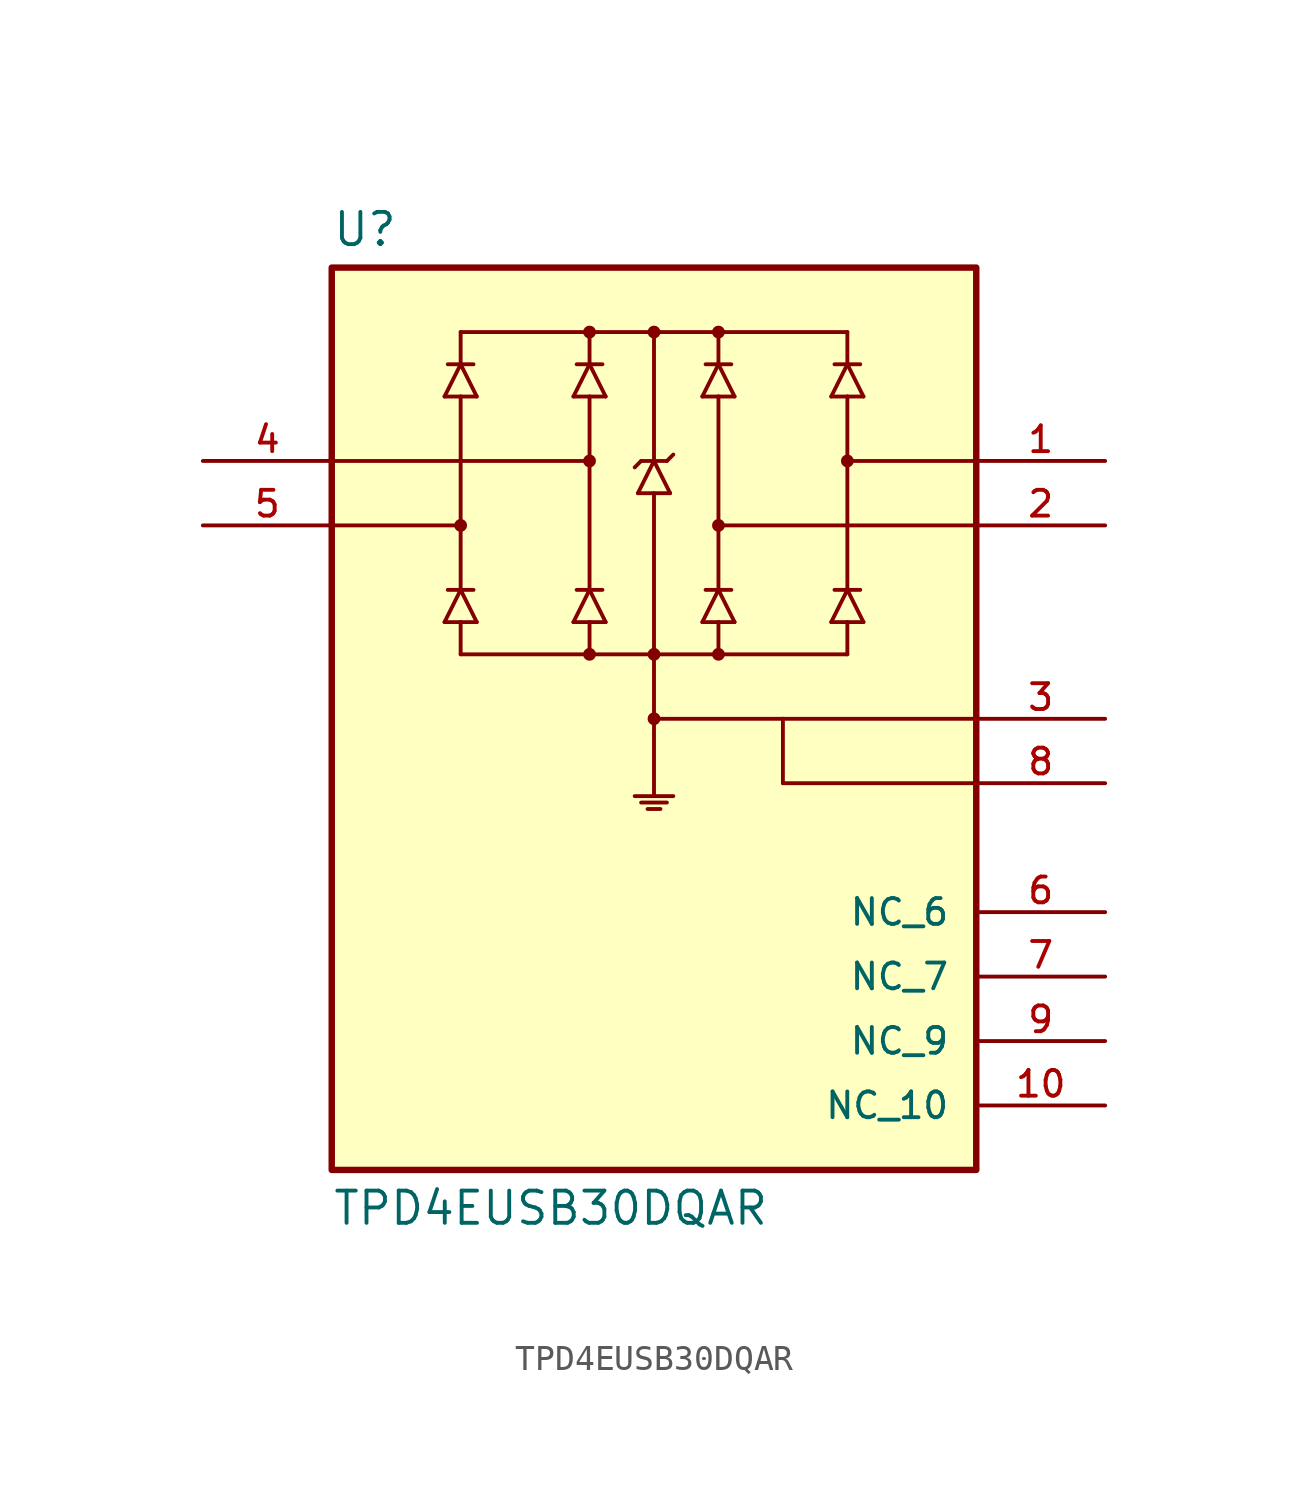
<source format=kicad_sym>
(kicad_symbol_lib
  (version 20220914)
  (generator kicad_symbol_editor)
  (symbol "TPD4EUSB30DQAR"
    (pin_names
      (offset 1.016))
    (property "Reference" "U"
      (at -12.7 18.542 0)
      (effects (font (size 1.27 1.27)) (justify left bottom)))
    (property "Value" "TPD4EUSB30DQAR"
      (at -12.7 -18.542 0)
      (effects (font (size 1.27 1.27)) (justify left top)))
    (symbol "TPD4EUSB30DQAR_0_0"
      (rectangle (start -12.7 -17.78) (end 12.7 17.78) (stroke (width 0.254) (type default)) (fill (type background)))
      (circle (center -7.62 7.62) (radius 0.127) (stroke (width 0.254) (type default)) (fill (type none)))
      (circle (center -2.54 2.54) (radius 0.127) (stroke (width 0.254) (type default)) (fill (type none)))
      (circle (center -2.54 10.16) (radius 0.127) (stroke (width 0.254) (type default)) (fill (type none)))
      (circle (center -2.54 15.24) (radius 0.127) (stroke (width 0.254) (type default)) (fill (type none)))
      (polyline (pts (xy -8.255 3.81) (xy -7.62 3.81)) (stroke (width 0.152) (type default)) (fill (type none)))
      (polyline (pts (xy -8.255 12.7) (xy -7.62 12.7)) (stroke (width 0.152) (type default)) (fill (type none)))
      (polyline (pts (xy -7.62 2.54) (xy -2.54 2.54)) (stroke (width 0.152) (type default)) (fill (type none)))
      (polyline (pts (xy -7.62 3.81) (xy -7.62 2.54)) (stroke (width 0.152) (type default)) (fill (type none)))
      (polyline (pts (xy -7.62 3.81) (xy -6.985 3.81)) (stroke (width 0.152) (type default)) (fill (type none)))
      (polyline (pts (xy -7.62 5.08) (xy -8.255 3.81)) (stroke (width 0.152) (type default)) (fill (type none)))
      (polyline (pts (xy -7.62 5.08) (xy -8.128 5.08)) (stroke (width 0.152) (type default)) (fill (type none)))
      (polyline (pts (xy -7.62 7.62) (xy -12.7 7.62)) (stroke (width 0.152) (type default)) (fill (type none)))
      (polyline (pts (xy -7.62 7.62) (xy -7.62 5.08)) (stroke (width 0.152) (type default)) (fill (type none)))
      (polyline (pts (xy -7.62 12.7) (xy -7.62 7.62)) (stroke (width 0.152) (type default)) (fill (type none)))
      (polyline (pts (xy -7.62 12.7) (xy -6.985 12.7)) (stroke (width 0.152) (type default)) (fill (type none)))
      (polyline (pts (xy -7.62 13.97) (xy -8.255 12.7)) (stroke (width 0.152) (type default)) (fill (type none)))
      (polyline (pts (xy -7.62 13.97) (xy -8.128 13.97)) (stroke (width 0.152) (type default)) (fill (type none)))
      (polyline (pts (xy -7.62 13.97) (xy -7.62 15.24)) (stroke (width 0.152) (type default)) (fill (type none)))
      (polyline (pts (xy -7.62 15.24) (xy -2.54 15.24)) (stroke (width 0.152) (type default)) (fill (type none)))
      (polyline (pts (xy -7.112 5.08) (xy -7.62 5.08)) (stroke (width 0.152) (type default)) (fill (type none)))
      (polyline (pts (xy -7.112 13.97) (xy -7.62 13.97)) (stroke (width 0.152) (type default)) (fill (type none)))
      (polyline (pts (xy -6.985 3.81) (xy -7.62 5.08)) (stroke (width 0.152) (type default)) (fill (type none)))
      (polyline (pts (xy -6.985 12.7) (xy -7.62 13.97)) (stroke (width 0.152) (type default)) (fill (type none)))
      (polyline (pts (xy -3.175 3.81) (xy -2.54 3.81)) (stroke (width 0.152) (type default)) (fill (type none)))
      (polyline (pts (xy -3.175 12.7) (xy -2.54 12.7)) (stroke (width 0.152) (type default)) (fill (type none)))
      (polyline (pts (xy -2.54 2.54) (xy 2.54 2.54)) (stroke (width 0.152) (type default)) (fill (type none)))
      (polyline (pts (xy -2.54 3.81) (xy -2.54 2.54)) (stroke (width 0.152) (type default)) (fill (type none)))
      (polyline (pts (xy -2.54 3.81) (xy -1.905 3.81)) (stroke (width 0.152) (type default)) (fill (type none)))
      (polyline (pts (xy -2.54 5.08) (xy -3.175 3.81)) (stroke (width 0.152) (type default)) (fill (type none)))
      (polyline (pts (xy -2.54 5.08) (xy -3.048 5.08)) (stroke (width 0.152) (type default)) (fill (type none)))
      (polyline (pts (xy -2.54 10.16) (xy -12.7 10.16)) (stroke (width 0.152) (type default)) (fill (type none)))
      (polyline (pts (xy -2.54 10.16) (xy -2.54 5.08)) (stroke (width 0.152) (type default)) (fill (type none)))
      (polyline (pts (xy -2.54 12.7) (xy -2.54 10.16)) (stroke (width 0.152) (type default)) (fill (type none)))
      (polyline (pts (xy -2.54 12.7) (xy -1.905 12.7)) (stroke (width 0.152) (type default)) (fill (type none)))
      (polyline (pts (xy -2.54 13.97) (xy -3.175 12.7)) (stroke (width 0.152) (type default)) (fill (type none)))
      (polyline (pts (xy -2.54 13.97) (xy -3.048 13.97)) (stroke (width 0.152) (type default)) (fill (type none)))
      (polyline (pts (xy -2.54 13.97) (xy -2.54 15.24)) (stroke (width 0.152) (type default)) (fill (type none)))
      (polyline (pts (xy -2.54 15.24) (xy 0 15.24)) (stroke (width 0.152) (type default)) (fill (type none)))
      (polyline (pts (xy -2.032 5.08) (xy -2.54 5.08)) (stroke (width 0.152) (type default)) (fill (type none)))
      (polyline (pts (xy -2.032 13.97) (xy -2.54 13.97)) (stroke (width 0.152) (type default)) (fill (type none)))
      (polyline (pts (xy -1.905 3.81) (xy -2.54 5.08)) (stroke (width 0.152) (type default)) (fill (type none)))
      (polyline (pts (xy -1.905 12.7) (xy -2.54 13.97)) (stroke (width 0.152) (type default)) (fill (type none)))
      (polyline (pts (xy -0.635 8.89) (xy 0.635 8.89)) (stroke (width 0.152) (type default)) (fill (type none)))
      (polyline (pts (xy -0.508 -3.302) (xy 0.508 -3.302)) (stroke (width 0.152) (type default)) (fill (type none)))
      (polyline (pts (xy -0.508 10.16) (xy -0.762 9.906)) (stroke (width 0.152) (type default)) (fill (type none)))
      (polyline (pts (xy -0.508 10.16) (xy 0 10.16)) (stroke (width 0.152) (type default)) (fill (type none)))
      (polyline (pts (xy -0.254 -3.556) (xy 0.254 -3.556)) (stroke (width 0.152) (type default)) (fill (type none)))
      (polyline (pts (xy 0 -3.048) (xy -0.762 -3.048)) (stroke (width 0.152) (type default)) (fill (type none)))
      (polyline (pts (xy 0 -3.048) (xy 0.762 -3.048)) (stroke (width 0.152) (type default)) (fill (type none)))
      (polyline (pts (xy 0 0) (xy 0 -3.048)) (stroke (width 0.152) (type default)) (fill (type none)))
      (polyline (pts (xy 0 0) (xy 5.08 0)) (stroke (width 0.152) (type default)) (fill (type none)))
      (polyline (pts (xy 0 8.89) (xy 0 0)) (stroke (width 0.152) (type default)) (fill (type none)))
      (polyline (pts (xy 0 10.16) (xy -0.635 8.89)) (stroke (width 0.152) (type default)) (fill (type none)))
      (polyline (pts (xy 0 10.16) (xy 0 15.24)) (stroke (width 0.152) (type default)) (fill (type none)))
      (polyline (pts (xy 0 10.16) (xy 0.508 10.16)) (stroke (width 0.152) (type default)) (fill (type none)))
      (polyline (pts (xy 0 15.24) (xy 2.54 15.24)) (stroke (width 0.152) (type default)) (fill (type none)))
      (polyline (pts (xy 0.508 10.16) (xy 0.762 10.414)) (stroke (width 0.152) (type default)) (fill (type none)))
      (polyline (pts (xy 0.635 8.89) (xy 0 10.16)) (stroke (width 0.152) (type default)) (fill (type none)))
      (polyline (pts (xy 1.905 3.81) (xy 2.54 3.81)) (stroke (width 0.152) (type default)) (fill (type none)))
      (polyline (pts (xy 1.905 12.7) (xy 2.54 12.7)) (stroke (width 0.152) (type default)) (fill (type none)))
      (polyline (pts (xy 2.54 2.54) (xy 7.62 2.54)) (stroke (width 0.152) (type default)) (fill (type none)))
      (polyline (pts (xy 2.54 3.81) (xy 2.54 2.54)) (stroke (width 0.152) (type default)) (fill (type none)))
      (polyline (pts (xy 2.54 3.81) (xy 3.175 3.81)) (stroke (width 0.152) (type default)) (fill (type none)))
      (polyline (pts (xy 2.54 5.08) (xy 1.905 3.81)) (stroke (width 0.152) (type default)) (fill (type none)))
      (polyline (pts (xy 2.54 5.08) (xy 2.032 5.08)) (stroke (width 0.152) (type default)) (fill (type none)))
      (polyline (pts (xy 2.54 7.62) (xy 2.54 5.08)) (stroke (width 0.152) (type default)) (fill (type none)))
      (polyline (pts (xy 2.54 7.62) (xy 12.7 7.62)) (stroke (width 0.152) (type default)) (fill (type none)))
      (polyline (pts (xy 2.54 12.7) (xy 2.54 7.62)) (stroke (width 0.152) (type default)) (fill (type none)))
      (polyline (pts (xy 2.54 12.7) (xy 3.175 12.7)) (stroke (width 0.152) (type default)) (fill (type none)))
      (polyline (pts (xy 2.54 13.97) (xy 1.905 12.7)) (stroke (width 0.152) (type default)) (fill (type none)))
      (polyline (pts (xy 2.54 13.97) (xy 2.032 13.97)) (stroke (width 0.152) (type default)) (fill (type none)))
      (polyline (pts (xy 2.54 13.97) (xy 2.54 15.24)) (stroke (width 0.152) (type default)) (fill (type none)))
      (polyline (pts (xy 2.54 15.24) (xy 7.62 15.24)) (stroke (width 0.152) (type default)) (fill (type none)))
      (polyline (pts (xy 3.048 5.08) (xy 2.54 5.08)) (stroke (width 0.152) (type default)) (fill (type none)))
      (polyline (pts (xy 3.048 13.97) (xy 2.54 13.97)) (stroke (width 0.152) (type default)) (fill (type none)))
      (polyline (pts (xy 3.175 3.81) (xy 2.54 5.08)) (stroke (width 0.152) (type default)) (fill (type none)))
      (polyline (pts (xy 3.175 12.7) (xy 2.54 13.97)) (stroke (width 0.152) (type default)) (fill (type none)))
      (polyline (pts (xy 5.08 -2.54) (xy 12.7 -2.54)) (stroke (width 0.152) (type default)) (fill (type none)))
      (polyline (pts (xy 5.08 0) (xy 5.08 -2.54)) (stroke (width 0.152) (type default)) (fill (type none)))
      (polyline (pts (xy 5.08 0) (xy 12.7 0)) (stroke (width 0.152) (type default)) (fill (type none)))
      (polyline (pts (xy 6.985 3.81) (xy 7.62 3.81)) (stroke (width 0.152) (type default)) (fill (type none)))
      (polyline (pts (xy 6.985 12.7) (xy 7.62 12.7)) (stroke (width 0.152) (type default)) (fill (type none)))
      (polyline (pts (xy 7.62 2.54) (xy 7.62 3.81)) (stroke (width 0.152) (type default)) (fill (type none)))
      (polyline (pts (xy 7.62 3.81) (xy 8.255 3.81)) (stroke (width 0.152) (type default)) (fill (type none)))
      (polyline (pts (xy 7.62 5.08) (xy 6.985 3.81)) (stroke (width 0.152) (type default)) (fill (type none)))
      (polyline (pts (xy 7.62 5.08) (xy 7.112 5.08)) (stroke (width 0.152) (type default)) (fill (type none)))
      (polyline (pts (xy 7.62 10.16) (xy 7.62 5.08)) (stroke (width 0.152) (type default)) (fill (type none)))
      (polyline (pts (xy 7.62 10.16) (xy 12.7 10.16)) (stroke (width 0.152) (type default)) (fill (type none)))
      (polyline (pts (xy 7.62 12.7) (xy 7.62 10.16)) (stroke (width 0.152) (type default)) (fill (type none)))
      (polyline (pts (xy 7.62 12.7) (xy 8.255 12.7)) (stroke (width 0.152) (type default)) (fill (type none)))
      (polyline (pts (xy 7.62 13.97) (xy 6.985 12.7)) (stroke (width 0.152) (type default)) (fill (type none)))
      (polyline (pts (xy 7.62 13.97) (xy 7.112 13.97)) (stroke (width 0.152) (type default)) (fill (type none)))
      (polyline (pts (xy 7.62 15.24) (xy 7.62 13.97)) (stroke (width 0.152) (type default)) (fill (type none)))
      (polyline (pts (xy 8.128 5.08) (xy 7.62 5.08)) (stroke (width 0.152) (type default)) (fill (type none)))
      (polyline (pts (xy 8.128 13.97) (xy 7.62 13.97)) (stroke (width 0.152) (type default)) (fill (type none)))
      (polyline (pts (xy 8.255 3.81) (xy 7.62 5.08)) (stroke (width 0.152) (type default)) (fill (type none)))
      (polyline (pts (xy 8.255 12.7) (xy 7.62 13.97)) (stroke (width 0.152) (type default)) (fill (type none)))
      (circle (center 0 0) (radius 0.127) (stroke (width 0.254) (type default)) (fill (type none)))
      (circle (center 0 2.54) (radius 0.127) (stroke (width 0.254) (type default)) (fill (type none)))
      (circle (center 0 15.24) (radius 0.127) (stroke (width 0.254) (type default)) (fill (type none)))
      (circle (center 2.54 2.54) (radius 0.127) (stroke (width 0.254) (type default)) (fill (type none)))
      (circle (center 2.54 7.62) (radius 0.127) (stroke (width 0.254) (type default)) (fill (type none)))
      (circle (center 2.54 15.24) (radius 0.127) (stroke (width 0.254) (type default)) (fill (type none)))
      (circle (center 7.62 10.16) (radius 0.127) (stroke (width 0.254) (type default)) (fill (type none)))
      (pin bidirectional line (at 17.78 10.16 180) (length 5.08) (name "~" (effects (font (size 1.016 1.016)))) (number "1" (effects (font (size 1.016 1.016)))))
      (pin bidirectional line (at 17.78 7.62 180) (length 5.08) (name "~" (effects (font (size 1.016 1.016)))) (number "2" (effects (font (size 1.016 1.016)))))
      (pin power_in line (at 17.78 0 180) (length 5.08) (name "~" (effects (font (size 1.016 1.016)))) (number "3" (effects (font (size 1.016 1.016)))))
      (pin bidirectional line (at -17.78 10.16 0) (length 5.08) (name "~" (effects (font (size 1.016 1.016)))) (number "4" (effects (font (size 1.016 1.016)))))
      (pin bidirectional line (at -17.78 7.62 0) (length 5.08) (name "~" (effects (font (size 1.016 1.016)))) (number "5" (effects (font (size 1.016 1.016)))))
      (pin power_in line (at 17.78 -2.54 180) (length 5.08) (name "~" (effects (font (size 1.016 1.016)))) (number "8" (effects (font (size 1.016 1.016))))))
    (symbol "TPD4EUSB30DQAR_1_0"
      (pin input line (at 17.78 -15.24 180) (length 5.08) (name "NC_10" (effects (font (size 1.016 1.016)))) (number "10" (effects (font (size 1.016 1.016)))))
      (pin input line (at 17.78 -7.62 180) (length 5.08) (name "NC_6" (effects (font (size 1.016 1.016)))) (number "6" (effects (font (size 1.016 1.016)))))
      (pin input line (at 17.78 -10.16 180) (length 5.08) (name "NC_7" (effects (font (size 1.016 1.016)))) (number "7" (effects (font (size 1.016 1.016)))))
      (pin input line (at 17.78 -12.7 180) (length 5.08) (name "NC_9" (effects (font (size 1.016 1.016)))) (number "9" (effects (font (size 1.016 1.016))))))))
</source>
